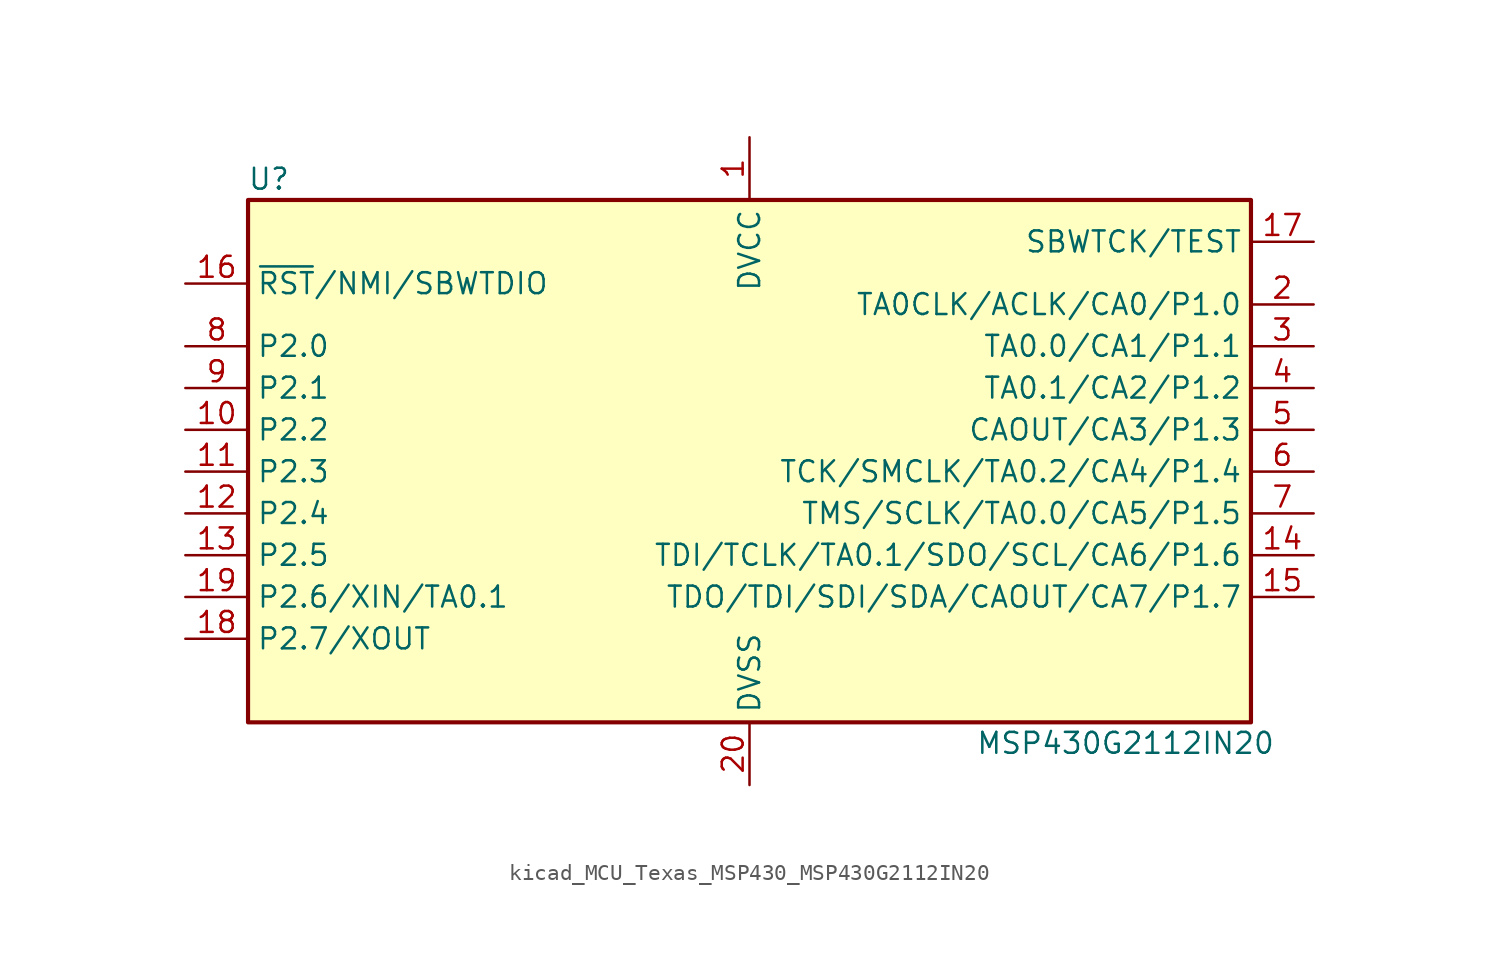
<source format=kicad_sym>
(kicad_symbol_lib
  (version 20220914)
  (generator kicad_symbol_editor)
  (symbol "kicad_MCU_Texas_MSP430_MSP430G2112IN20"
    (property "Reference" "U"
      (at -29.21 17.78 0)
      (effects (font (size 1.27 1.27))))
    (property "Value" "MSP430G2112IN20"
      (at 22.86 -16.51 0)
      (effects (font (size 1.27 1.27))))
    (symbol "kicad_MCU_Texas_MSP430_MSP430G2112IN20_0_1"
      (rectangle (start -30.48 16.51) (end 30.48 -15.24) (stroke (width 0.254) (type default)) (fill (type background))))
    (symbol "kicad_MCU_Texas_MSP430_MSP430G2112IN20_1_1"
      (pin power_in line (at 0 20.32 270) (length 3.81) (name "DVCC" (effects (font (size 1.27 1.27)))) (number "1" (effects (font (size 1.27 1.27)))))
      (pin bidirectional line (at -34.29 2.54 0) (length 3.81) (name "P2.2" (effects (font (size 1.27 1.27)))) (number "10" (effects (font (size 1.27 1.27)))))
      (pin bidirectional line (at -34.29 0 0) (length 3.81) (name "P2.3" (effects (font (size 1.27 1.27)))) (number "11" (effects (font (size 1.27 1.27)))))
      (pin bidirectional line (at -34.29 -2.54 0) (length 3.81) (name "P2.4" (effects (font (size 1.27 1.27)))) (number "12" (effects (font (size 1.27 1.27)))))
      (pin bidirectional line (at -34.29 -5.08 0) (length 3.81) (name "P2.5" (effects (font (size 1.27 1.27)))) (number "13" (effects (font (size 1.27 1.27)))))
      (pin bidirectional line (at 34.29 -5.08 180) (length 3.81) (name "TDI/TCLK/TA0.1/SDO/SCL/CA6/P1.6" (effects (font (size 1.27 1.27)))) (number "14" (effects (font (size 1.27 1.27)))))
      (pin bidirectional line (at 34.29 -7.62 180) (length 3.81) (name "TDO/TDI/SDI/SDA/CAOUT/CA7/P1.7" (effects (font (size 1.27 1.27)))) (number "15" (effects (font (size 1.27 1.27)))))
      (pin input line (at -34.29 11.43 0) (length 3.81) (name "~{RST}/NMI/SBWTDIO" (effects (font (size 1.27 1.27)))) (number "16" (effects (font (size 1.27 1.27)))))
      (pin input line (at 34.29 13.97 180) (length 3.81) (name "SBWTCK/TEST" (effects (font (size 1.27 1.27)))) (number "17" (effects (font (size 1.27 1.27)))))
      (pin bidirectional line (at -34.29 -10.16 0) (length 3.81) (name "P2.7/XOUT" (effects (font (size 1.27 1.27)))) (number "18" (effects (font (size 1.27 1.27)))))
      (pin bidirectional line (at -34.29 -7.62 0) (length 3.81) (name "P2.6/XIN/TA0.1" (effects (font (size 1.27 1.27)))) (number "19" (effects (font (size 1.27 1.27)))))
      (pin bidirectional line (at 34.29 10.16 180) (length 3.81) (name "TA0CLK/ACLK/CA0/P1.0" (effects (font (size 1.27 1.27)))) (number "2" (effects (font (size 1.27 1.27)))))
      (pin power_in line (at 0 -19.05 90) (length 3.81) (name "DVSS" (effects (font (size 1.27 1.27)))) (number "20" (effects (font (size 1.27 1.27)))))
      (pin bidirectional line (at 34.29 7.62 180) (length 3.81) (name "TA0.0/CA1/P1.1" (effects (font (size 1.27 1.27)))) (number "3" (effects (font (size 1.27 1.27)))))
      (pin bidirectional line (at 34.29 5.08 180) (length 3.81) (name "TA0.1/CA2/P1.2" (effects (font (size 1.27 1.27)))) (number "4" (effects (font (size 1.27 1.27)))))
      (pin bidirectional line (at 34.29 2.54 180) (length 3.81) (name "CAOUT/CA3/P1.3" (effects (font (size 1.27 1.27)))) (number "5" (effects (font (size 1.27 1.27)))))
      (pin bidirectional line (at 34.29 0 180) (length 3.81) (name "TCK/SMCLK/TA0.2/CA4/P1.4" (effects (font (size 1.27 1.27)))) (number "6" (effects (font (size 1.27 1.27)))))
      (pin bidirectional line (at 34.29 -2.54 180) (length 3.81) (name "TMS/SCLK/TA0.0/CA5/P1.5" (effects (font (size 1.27 1.27)))) (number "7" (effects (font (size 1.27 1.27)))))
      (pin bidirectional line (at -34.29 7.62 0) (length 3.81) (name "P2.0" (effects (font (size 1.27 1.27)))) (number "8" (effects (font (size 1.27 1.27)))))
      (pin bidirectional line (at -34.29 5.08 0) (length 3.81) (name "P2.1" (effects (font (size 1.27 1.27)))) (number "9" (effects (font (size 1.27 1.27))))))))
</source>
